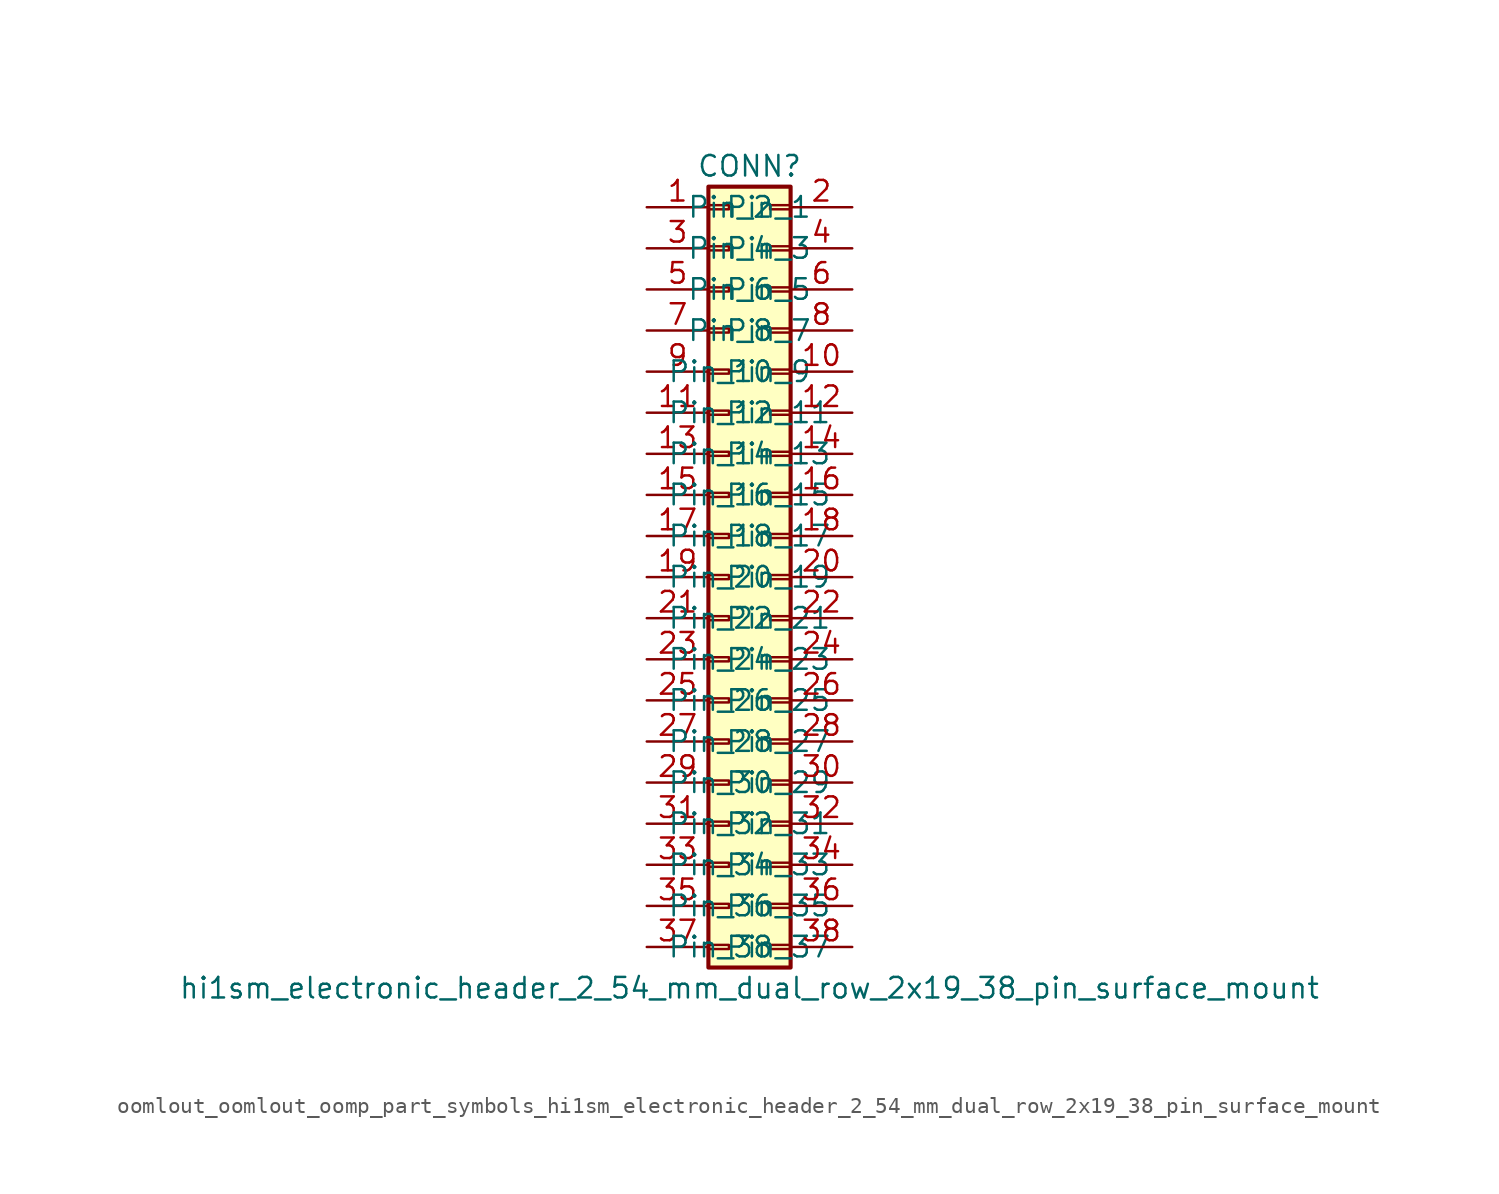
<source format=kicad_sym>
(kicad_symbol_lib
  (version 20220914)
  (generator kicad_symbol_editor)
  (symbol "oomlout_oomlout_oomp_part_symbols_hi1sm_electronic_header_2_54_mm_dual_row_2x19_38_pin_surface_mount"
    (pin_names
      (offset 1.016))
    (property "Reference" "CONN"
      (at 1.27 25.4 0)
      (effects (font (size 1.27 1.27))))
    (property "Value" "hi1sm_electronic_header_2_54_mm_dual_row_2x19_38_pin_surface_mount"
      (at 1.27 -25.4 0)
      (effects (font (size 1.27 1.27))))
    (symbol "oomlout_oomlout_oomp_part_symbols_hi1sm_electronic_header_2_54_mm_dual_row_2x19_38_pin_surface_mount_1_1"
      (rectangle (start -1.27 -22.733) (end 0 -22.987) (stroke (width 0.152) (type default)) (fill (type none)))
      (rectangle (start -1.27 -20.193) (end 0 -20.447) (stroke (width 0.152) (type default)) (fill (type none)))
      (rectangle (start -1.27 -17.653) (end 0 -17.907) (stroke (width 0.152) (type default)) (fill (type none)))
      (rectangle (start -1.27 -15.113) (end 0 -15.367) (stroke (width 0.152) (type default)) (fill (type none)))
      (rectangle (start -1.27 -12.573) (end 0 -12.827) (stroke (width 0.152) (type default)) (fill (type none)))
      (rectangle (start -1.27 -10.033) (end 0 -10.287) (stroke (width 0.152) (type default)) (fill (type none)))
      (rectangle (start -1.27 -7.493) (end 0 -7.747) (stroke (width 0.152) (type default)) (fill (type none)))
      (rectangle (start -1.27 -4.953) (end 0 -5.207) (stroke (width 0.152) (type default)) (fill (type none)))
      (rectangle (start -1.27 -2.413) (end 0 -2.667) (stroke (width 0.152) (type default)) (fill (type none)))
      (rectangle (start -1.27 0.127) (end 0 -0.127) (stroke (width 0.152) (type default)) (fill (type none)))
      (rectangle (start -1.27 2.667) (end 0 2.413) (stroke (width 0.152) (type default)) (fill (type none)))
      (rectangle (start -1.27 5.207) (end 0 4.953) (stroke (width 0.152) (type default)) (fill (type none)))
      (rectangle (start -1.27 7.747) (end 0 7.493) (stroke (width 0.152) (type default)) (fill (type none)))
      (rectangle (start -1.27 10.287) (end 0 10.033) (stroke (width 0.152) (type default)) (fill (type none)))
      (rectangle (start -1.27 12.827) (end 0 12.573) (stroke (width 0.152) (type default)) (fill (type none)))
      (rectangle (start -1.27 15.367) (end 0 15.113) (stroke (width 0.152) (type default)) (fill (type none)))
      (rectangle (start -1.27 17.907) (end 0 17.653) (stroke (width 0.152) (type default)) (fill (type none)))
      (rectangle (start -1.27 20.447) (end 0 20.193) (stroke (width 0.152) (type default)) (fill (type none)))
      (rectangle (start -1.27 22.987) (end 0 22.733) (stroke (width 0.152) (type default)) (fill (type none)))
      (rectangle (start -1.27 24.13) (end 3.81 -24.13) (stroke (width 0.254) (type default)) (fill (type background)))
      (rectangle (start 3.81 -22.733) (end 2.54 -22.987) (stroke (width 0.152) (type default)) (fill (type none)))
      (rectangle (start 3.81 -20.193) (end 2.54 -20.447) (stroke (width 0.152) (type default)) (fill (type none)))
      (rectangle (start 3.81 -17.653) (end 2.54 -17.907) (stroke (width 0.152) (type default)) (fill (type none)))
      (rectangle (start 3.81 -15.113) (end 2.54 -15.367) (stroke (width 0.152) (type default)) (fill (type none)))
      (rectangle (start 3.81 -12.573) (end 2.54 -12.827) (stroke (width 0.152) (type default)) (fill (type none)))
      (rectangle (start 3.81 -10.033) (end 2.54 -10.287) (stroke (width 0.152) (type default)) (fill (type none)))
      (rectangle (start 3.81 -7.493) (end 2.54 -7.747) (stroke (width 0.152) (type default)) (fill (type none)))
      (rectangle (start 3.81 -4.953) (end 2.54 -5.207) (stroke (width 0.152) (type default)) (fill (type none)))
      (rectangle (start 3.81 -2.413) (end 2.54 -2.667) (stroke (width 0.152) (type default)) (fill (type none)))
      (rectangle (start 3.81 0.127) (end 2.54 -0.127) (stroke (width 0.152) (type default)) (fill (type none)))
      (rectangle (start 3.81 2.667) (end 2.54 2.413) (stroke (width 0.152) (type default)) (fill (type none)))
      (rectangle (start 3.81 5.207) (end 2.54 4.953) (stroke (width 0.152) (type default)) (fill (type none)))
      (rectangle (start 3.81 7.747) (end 2.54 7.493) (stroke (width 0.152) (type default)) (fill (type none)))
      (rectangle (start 3.81 10.287) (end 2.54 10.033) (stroke (width 0.152) (type default)) (fill (type none)))
      (rectangle (start 3.81 12.827) (end 2.54 12.573) (stroke (width 0.152) (type default)) (fill (type none)))
      (rectangle (start 3.81 15.367) (end 2.54 15.113) (stroke (width 0.152) (type default)) (fill (type none)))
      (rectangle (start 3.81 17.907) (end 2.54 17.653) (stroke (width 0.152) (type default)) (fill (type none)))
      (rectangle (start 3.81 20.447) (end 2.54 20.193) (stroke (width 0.152) (type default)) (fill (type none)))
      (rectangle (start 3.81 22.987) (end 2.54 22.733) (stroke (width 0.152) (type default)) (fill (type none)))
      (pin passive line (at -5.08 22.86 0) (length 3.81) (name "Pin_1" (effects (font (size 1.27 1.27)))) (number "1" (effects (font (size 1.27 1.27)))))
      (pin passive line (at 7.62 12.7 180) (length 3.81) (name "Pin_10" (effects (font (size 1.27 1.27)))) (number "10" (effects (font (size 1.27 1.27)))))
      (pin passive line (at -5.08 10.16 0) (length 3.81) (name "Pin_11" (effects (font (size 1.27 1.27)))) (number "11" (effects (font (size 1.27 1.27)))))
      (pin passive line (at 7.62 10.16 180) (length 3.81) (name "Pin_12" (effects (font (size 1.27 1.27)))) (number "12" (effects (font (size 1.27 1.27)))))
      (pin passive line (at -5.08 7.62 0) (length 3.81) (name "Pin_13" (effects (font (size 1.27 1.27)))) (number "13" (effects (font (size 1.27 1.27)))))
      (pin passive line (at 7.62 7.62 180) (length 3.81) (name "Pin_14" (effects (font (size 1.27 1.27)))) (number "14" (effects (font (size 1.27 1.27)))))
      (pin passive line (at -5.08 5.08 0) (length 3.81) (name "Pin_15" (effects (font (size 1.27 1.27)))) (number "15" (effects (font (size 1.27 1.27)))))
      (pin passive line (at 7.62 5.08 180) (length 3.81) (name "Pin_16" (effects (font (size 1.27 1.27)))) (number "16" (effects (font (size 1.27 1.27)))))
      (pin passive line (at -5.08 2.54 0) (length 3.81) (name "Pin_17" (effects (font (size 1.27 1.27)))) (number "17" (effects (font (size 1.27 1.27)))))
      (pin passive line (at 7.62 2.54 180) (length 3.81) (name "Pin_18" (effects (font (size 1.27 1.27)))) (number "18" (effects (font (size 1.27 1.27)))))
      (pin passive line (at -5.08 0 0) (length 3.81) (name "Pin_19" (effects (font (size 1.27 1.27)))) (number "19" (effects (font (size 1.27 1.27)))))
      (pin passive line (at 7.62 22.86 180) (length 3.81) (name "Pin_2" (effects (font (size 1.27 1.27)))) (number "2" (effects (font (size 1.27 1.27)))))
      (pin passive line (at 7.62 0 180) (length 3.81) (name "Pin_20" (effects (font (size 1.27 1.27)))) (number "20" (effects (font (size 1.27 1.27)))))
      (pin passive line (at -5.08 -2.54 0) (length 3.81) (name "Pin_21" (effects (font (size 1.27 1.27)))) (number "21" (effects (font (size 1.27 1.27)))))
      (pin passive line (at 7.62 -2.54 180) (length 3.81) (name "Pin_22" (effects (font (size 1.27 1.27)))) (number "22" (effects (font (size 1.27 1.27)))))
      (pin passive line (at -5.08 -5.08 0) (length 3.81) (name "Pin_23" (effects (font (size 1.27 1.27)))) (number "23" (effects (font (size 1.27 1.27)))))
      (pin passive line (at 7.62 -5.08 180) (length 3.81) (name "Pin_24" (effects (font (size 1.27 1.27)))) (number "24" (effects (font (size 1.27 1.27)))))
      (pin passive line (at -5.08 -7.62 0) (length 3.81) (name "Pin_25" (effects (font (size 1.27 1.27)))) (number "25" (effects (font (size 1.27 1.27)))))
      (pin passive line (at 7.62 -7.62 180) (length 3.81) (name "Pin_26" (effects (font (size 1.27 1.27)))) (number "26" (effects (font (size 1.27 1.27)))))
      (pin passive line (at -5.08 -10.16 0) (length 3.81) (name "Pin_27" (effects (font (size 1.27 1.27)))) (number "27" (effects (font (size 1.27 1.27)))))
      (pin passive line (at 7.62 -10.16 180) (length 3.81) (name "Pin_28" (effects (font (size 1.27 1.27)))) (number "28" (effects (font (size 1.27 1.27)))))
      (pin passive line (at -5.08 -12.7 0) (length 3.81) (name "Pin_29" (effects (font (size 1.27 1.27)))) (number "29" (effects (font (size 1.27 1.27)))))
      (pin passive line (at -5.08 20.32 0) (length 3.81) (name "Pin_3" (effects (font (size 1.27 1.27)))) (number "3" (effects (font (size 1.27 1.27)))))
      (pin passive line (at 7.62 -12.7 180) (length 3.81) (name "Pin_30" (effects (font (size 1.27 1.27)))) (number "30" (effects (font (size 1.27 1.27)))))
      (pin passive line (at -5.08 -15.24 0) (length 3.81) (name "Pin_31" (effects (font (size 1.27 1.27)))) (number "31" (effects (font (size 1.27 1.27)))))
      (pin passive line (at 7.62 -15.24 180) (length 3.81) (name "Pin_32" (effects (font (size 1.27 1.27)))) (number "32" (effects (font (size 1.27 1.27)))))
      (pin passive line (at -5.08 -17.78 0) (length 3.81) (name "Pin_33" (effects (font (size 1.27 1.27)))) (number "33" (effects (font (size 1.27 1.27)))))
      (pin passive line (at 7.62 -17.78 180) (length 3.81) (name "Pin_34" (effects (font (size 1.27 1.27)))) (number "34" (effects (font (size 1.27 1.27)))))
      (pin passive line (at -5.08 -20.32 0) (length 3.81) (name "Pin_35" (effects (font (size 1.27 1.27)))) (number "35" (effects (font (size 1.27 1.27)))))
      (pin passive line (at 7.62 -20.32 180) (length 3.81) (name "Pin_36" (effects (font (size 1.27 1.27)))) (number "36" (effects (font (size 1.27 1.27)))))
      (pin passive line (at -5.08 -22.86 0) (length 3.81) (name "Pin_37" (effects (font (size 1.27 1.27)))) (number "37" (effects (font (size 1.27 1.27)))))
      (pin passive line (at 7.62 -22.86 180) (length 3.81) (name "Pin_38" (effects (font (size 1.27 1.27)))) (number "38" (effects (font (size 1.27 1.27)))))
      (pin passive line (at 7.62 20.32 180) (length 3.81) (name "Pin_4" (effects (font (size 1.27 1.27)))) (number "4" (effects (font (size 1.27 1.27)))))
      (pin passive line (at -5.08 17.78 0) (length 3.81) (name "Pin_5" (effects (font (size 1.27 1.27)))) (number "5" (effects (font (size 1.27 1.27)))))
      (pin passive line (at 7.62 17.78 180) (length 3.81) (name "Pin_6" (effects (font (size 1.27 1.27)))) (number "6" (effects (font (size 1.27 1.27)))))
      (pin passive line (at -5.08 15.24 0) (length 3.81) (name "Pin_7" (effects (font (size 1.27 1.27)))) (number "7" (effects (font (size 1.27 1.27)))))
      (pin passive line (at 7.62 15.24 180) (length 3.81) (name "Pin_8" (effects (font (size 1.27 1.27)))) (number "8" (effects (font (size 1.27 1.27)))))
      (pin passive line (at -5.08 12.7 0) (length 3.81) (name "Pin_9" (effects (font (size 1.27 1.27)))) (number "9" (effects (font (size 1.27 1.27))))))))
</source>
